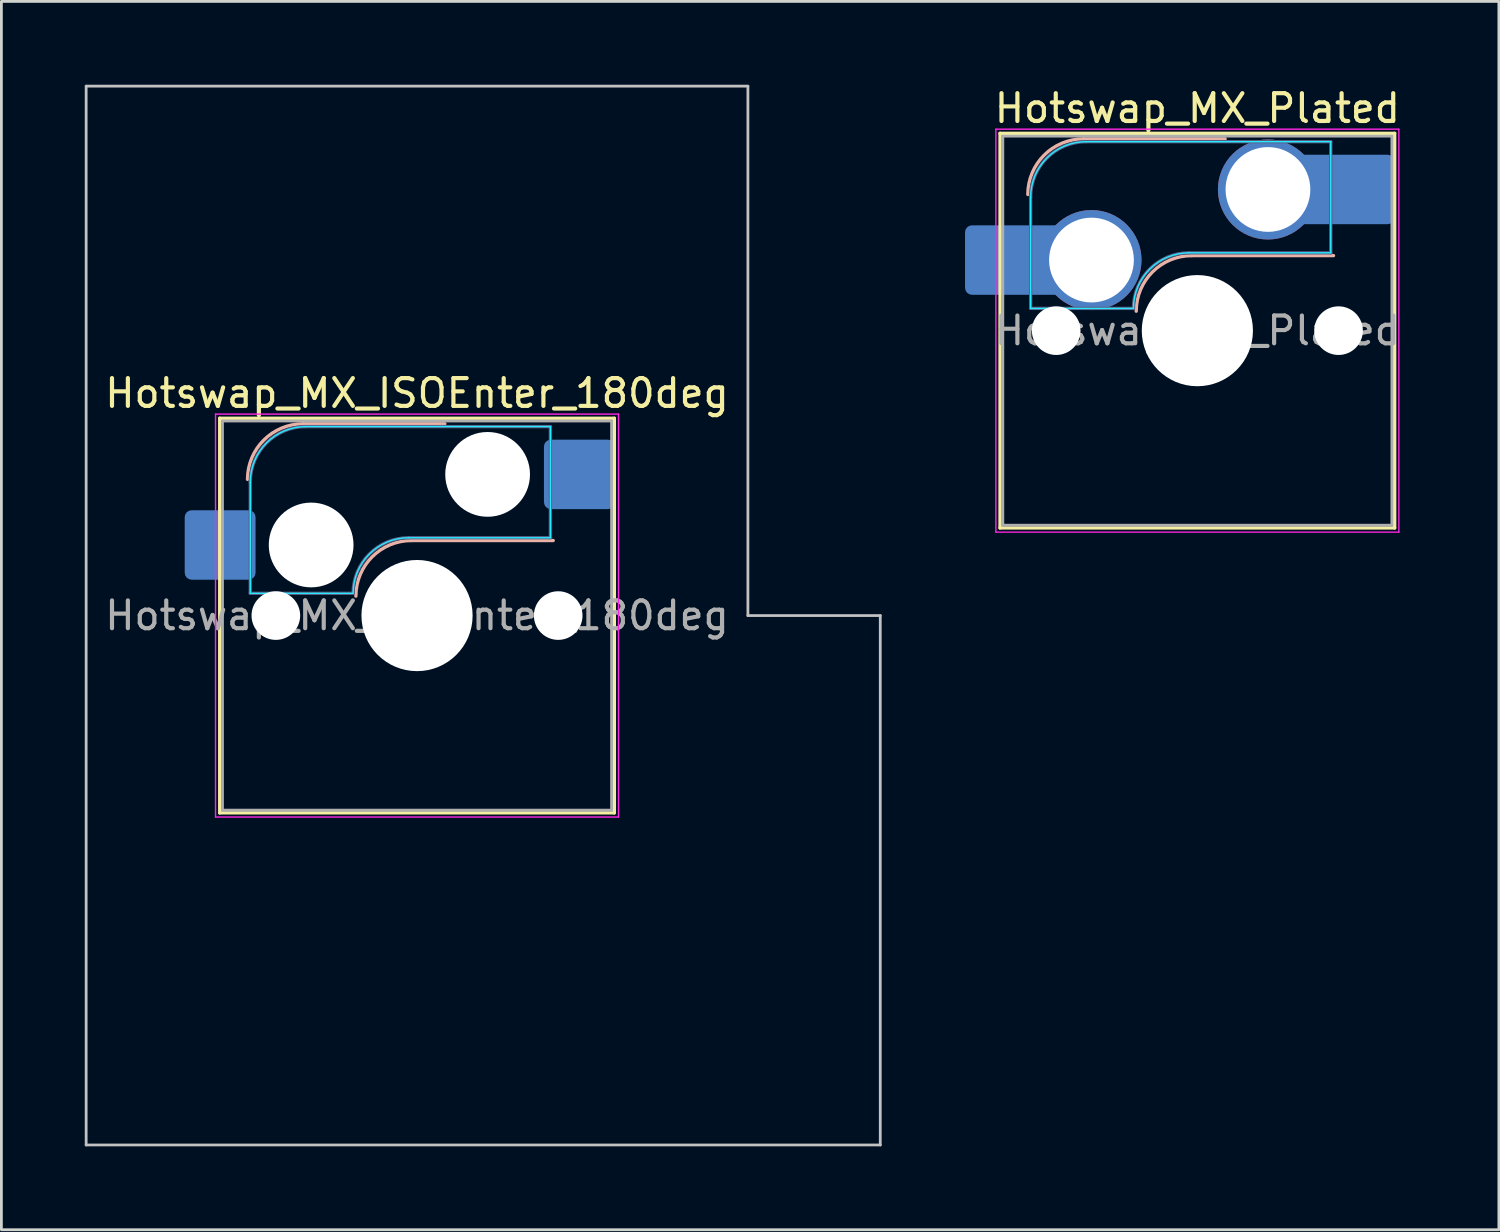
<source format=kicad_pcb>
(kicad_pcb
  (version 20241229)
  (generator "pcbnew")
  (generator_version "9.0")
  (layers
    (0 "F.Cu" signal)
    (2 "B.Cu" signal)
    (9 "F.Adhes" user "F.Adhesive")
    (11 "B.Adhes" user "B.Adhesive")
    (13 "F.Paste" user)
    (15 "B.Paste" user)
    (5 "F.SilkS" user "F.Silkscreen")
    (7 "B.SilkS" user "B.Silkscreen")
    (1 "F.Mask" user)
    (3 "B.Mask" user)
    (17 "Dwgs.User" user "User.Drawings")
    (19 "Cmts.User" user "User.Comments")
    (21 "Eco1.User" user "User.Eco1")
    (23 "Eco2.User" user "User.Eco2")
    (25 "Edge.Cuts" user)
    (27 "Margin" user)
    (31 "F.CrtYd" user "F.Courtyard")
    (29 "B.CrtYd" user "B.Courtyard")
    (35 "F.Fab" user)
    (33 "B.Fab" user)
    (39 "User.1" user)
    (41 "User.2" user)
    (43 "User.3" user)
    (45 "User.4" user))
  (footprint "Hotswap_MX_ISOEnter_180deg"
    (layer "F.Cu")
    (at 11.956 19.1)
    (property "Reference" "Hotswap_MX_ISOEnter_180deg" (at 0 -8 0) (layer "F.SilkS") (effects (font (size 1 1) (thickness 0.15))))
    (attr smd)
    (fp_line (start -7.1 -7.1) (end -7.1 7.1) (stroke (width 0.12) (type solid)) (layer "F.SilkS"))
    (fp_line (start -7.1 7.1) (end 7.1 7.1) (stroke (width 0.12) (type solid)) (layer "F.SilkS"))
    (fp_line (start 7.1 -7.1) (end -7.1 -7.1) (stroke (width 0.12) (type solid)) (layer "F.SilkS"))
    (fp_line (start 7.1 7.1) (end 7.1 -7.1) (stroke (width 0.12) (type solid)) (layer "F.SilkS"))
    (fp_line (start -4.1 -6.9) (end 1 -6.9) (stroke (width 0.12) (type solid)) (layer "B.SilkS"))
    (fp_line (start -0.2 -2.7) (end 4.9 -2.7) (stroke (width 0.12) (type solid)) (layer "B.SilkS"))
    (fp_arc (start -6.1 -4.9) (mid -5.514214 -6.314214) (end -4.1 -6.9) (stroke (width 0.12) (type solid)) (layer "B.SilkS"))
    (fp_arc (start -2.2 -0.7) (mid -1.614214 -2.114214) (end -0.2 -2.7) (stroke (width 0.12) (type solid)) (layer "B.SilkS"))
    (fp_line (start -11.906 -19.05) (end -11.906 19.05) (stroke (width 0.1) (type solid)) (layer "Dwgs.User"))
    (fp_line (start -11.906 19.05) (end 16.669 19.05) (stroke (width 0.1) (type solid)) (layer "Dwgs.User"))
    (fp_line (start 11.906 -19.05) (end -11.906 -19.05) (stroke (width 0.1) (type solid)) (layer "Dwgs.User"))
    (fp_line (start 11.906 0) (end 11.906 -19.05) (stroke (width 0.1) (type solid)) (layer "Dwgs.User"))
    (fp_line (start 16.669 0) (end 11.906 0) (stroke (width 0.1) (type solid)) (layer "Dwgs.User"))
    (fp_line (start 16.669 19.05) (end 16.669 0) (stroke (width 0.1) (type solid)) (layer "Dwgs.User"))
    (fp_line (start -7.8 -6) (end -7 -6) (stroke (width 0.1) (type solid)) (layer "Eco1.User"))
    (fp_line (start -7.8 -2.9) (end -7.8 -6) (stroke (width 0.1) (type solid)) (layer "Eco1.User"))
    (fp_line (start -7.8 2.9) (end -7 2.9) (stroke (width 0.1) (type solid)) (layer "Eco1.User"))
    (fp_line (start -7.8 6) (end -7.8 2.9) (stroke (width 0.1) (type solid)) (layer "Eco1.User"))
    (fp_line (start -7 -7) (end 7 -7) (stroke (width 0.1) (type solid)) (layer "Eco1.User"))
    (fp_line (start -7 -6) (end -7 -7) (stroke (width 0.1) (type solid)) (layer "Eco1.User"))
    (fp_line (start -7 -2.9) (end -7.8 -2.9) (stroke (width 0.1) (type solid)) (layer "Eco1.User"))
    (fp_line (start -7 2.9) (end -7 -2.9) (stroke (width 0.1) (type solid)) (layer "Eco1.User"))
    (fp_line (start -7 6) (end -7.8 6) (stroke (width 0.1) (type solid)) (layer "Eco1.User"))
    (fp_line (start -7 7) (end -7 6) (stroke (width 0.1) (type solid)) (layer "Eco1.User"))
    (fp_line (start 7 -7) (end 7 -6) (stroke (width 0.1) (type solid)) (layer "Eco1.User"))
    (fp_line (start 7 -6) (end 7.8 -6) (stroke (width 0.1) (type solid)) (layer "Eco1.User"))
    (fp_line (start 7 -2.9) (end 7 2.9) (stroke (width 0.1) (type solid)) (layer "Eco1.User"))
    (fp_line (start 7 2.9) (end 7.8 2.9) (stroke (width 0.1) (type solid)) (layer "Eco1.User"))
    (fp_line (start 7 6) (end 7 7) (stroke (width 0.1) (type solid)) (layer "Eco1.User"))
    (fp_line (start 7 7) (end -7 7) (stroke (width 0.1) (type solid)) (layer "Eco1.User"))
    (fp_line (start 7.8 -6) (end 7.8 -2.9) (stroke (width 0.1) (type solid)) (layer "Eco1.User"))
    (fp_line (start 7.8 -2.9) (end 7 -2.9) (stroke (width 0.1) (type solid)) (layer "Eco1.User"))
    (fp_line (start 7.8 2.9) (end 7.8 6) (stroke (width 0.1) (type solid)) (layer "Eco1.User"))
    (fp_line (start 7.8 6) (end 7 6) (stroke (width 0.1) (type solid)) (layer "Eco1.User"))
    (fp_line (start -6 -0.8) (end -6 -4.8) (stroke (width 0.05) (type solid)) (layer "B.CrtYd"))
    (fp_line (start -6 -0.8) (end -2.3 -0.8) (stroke (width 0.05) (type solid)) (layer "B.CrtYd"))
    (fp_line (start -4 -6.8) (end 4.8 -6.8) (stroke (width 0.05) (type solid)) (layer "B.CrtYd"))
    (fp_line (start -0.3 -2.8) (end 4.8 -2.8) (stroke (width 0.05) (type solid)) (layer "B.CrtYd"))
    (fp_line (start 4.8 -6.8) (end 4.8 -2.8) (stroke (width 0.05) (type solid)) (layer "B.CrtYd"))
    (fp_arc (start -6 -4.8) (mid -5.414214 -6.214214) (end -4 -6.8) (stroke (width 0.05) (type solid)) (layer "B.CrtYd"))
    (fp_arc (start -2.3 -0.8) (mid -1.714214 -2.214214) (end -0.3 -2.8) (stroke (width 0.05) (type solid)) (layer "B.CrtYd"))
    (fp_line (start -7.25 -7.25) (end -7.25 7.25) (stroke (width 0.05) (type solid)) (layer "F.CrtYd"))
    (fp_line (start -7.25 7.25) (end 7.25 7.25) (stroke (width 0.05) (type solid)) (layer "F.CrtYd"))
    (fp_line (start 7.25 -7.25) (end -7.25 -7.25) (stroke (width 0.05) (type solid)) (layer "F.CrtYd"))
    (fp_line (start 7.25 7.25) (end 7.25 -7.25) (stroke (width 0.05) (type solid)) (layer "F.CrtYd"))
    (fp_line (start -6 -0.8) (end -6 -4.8) (stroke (width 0.12) (type solid)) (layer "B.Fab"))
    (fp_line (start -6 -0.8) (end -2.3 -0.8) (stroke (width 0.12) (type solid)) (layer "B.Fab"))
    (fp_line (start -4 -6.8) (end 4.8 -6.8) (stroke (width 0.12) (type solid)) (layer "B.Fab"))
    (fp_line (start -0.3 -2.8) (end 4.8 -2.8) (stroke (width 0.12) (type solid)) (layer "B.Fab"))
    (fp_line (start 4.8 -6.8) (end 4.8 -2.8) (stroke (width 0.12) (type solid)) (layer "B.Fab"))
    (fp_arc (start -6 -4.8) (mid -5.414214 -6.214214) (end -4 -6.8) (stroke (width 0.12) (type solid)) (layer "B.Fab"))
    (fp_arc (start -2.3 -0.8) (mid -1.714214 -2.214214) (end -0.3 -2.8) (stroke (width 0.12) (type solid)) (layer "B.Fab"))
    (fp_line (start -7 -7) (end -7 7) (stroke (width 0.1) (type solid)) (layer "F.Fab"))
    (fp_line (start -7 7) (end 7 7) (stroke (width 0.1) (type solid)) (layer "F.Fab"))
    (fp_line (start 7 -7) (end -7 -7) (stroke (width 0.1) (type solid)) (layer "F.Fab"))
    (fp_line (start 7 7) (end 7 -7) (stroke (width 0.1) (type solid)) (layer "F.Fab"))
    (fp_text user "${REFERENCE}" (at 0 0 0) (layer "F.Fab") (effects (font (size 1 1) (thickness 0.15))))
    (pad "" np_thru_hole circle (at -5.08 0) (size 1.75 1.75) (drill 1.75) (layers "*.Cu" "*.Mask"))
    (pad "" np_thru_hole circle (at -3.81 -2.54) (size 3.05 3.05) (drill 3.05) (layers "*.Cu" "*.Mask"))
    (pad "" np_thru_hole circle (at 0 0) (size 4 4) (drill 4) (layers "*.Cu" "*.Mask"))
    (pad "" np_thru_hole circle (at 2.54 -5.08) (size 3.05 3.05) (drill 3.05) (layers "*.Cu" "*.Mask"))
    (pad "" np_thru_hole circle (at 5.08 0) (size 1.75 1.75) (drill 1.75) (layers "*.Cu" "*.Mask"))
    (pad "1" smd roundrect (at -7.085 -2.54) (size 2.55 2.5) (layers "B.Cu" "B.Mask" "B.Paste") (roundrect_rratio 0.1))
    (pad "2" smd roundrect (at 5.842 -5.08) (size 2.55 2.5) (layers "B.Cu" "B.Mask" "B.Paste") (roundrect_rratio 0.1)))
  (footprint "Hotswap_MX_Plated"
    (layer "F.Cu")
    (at 40.035 8.848)
    (property "Reference" "Hotswap_MX_Plated" (at 0 -8 0) (layer "F.SilkS") (effects (font (size 1 1) (thickness 0.15))))
    (attr smd allow_soldermask_bridges)
    (fp_line (start -7.1 -7.1) (end -7.1 7.1) (stroke (width 0.12) (type solid)) (layer "F.SilkS"))
    (fp_line (start -7.1 7.1) (end 7.1 7.1) (stroke (width 0.12) (type solid)) (layer "F.SilkS"))
    (fp_line (start 7.1 -7.1) (end -7.1 -7.1) (stroke (width 0.12) (type solid)) (layer "F.SilkS"))
    (fp_line (start 7.1 7.1) (end 7.1 -7.1) (stroke (width 0.12) (type solid)) (layer "F.SilkS"))
    (fp_line (start -4.1 -6.9) (end 1 -6.9) (stroke (width 0.12) (type solid)) (layer "B.SilkS"))
    (fp_line (start -0.2 -2.7) (end 4.9 -2.7) (stroke (width 0.12) (type solid)) (layer "B.SilkS"))
    (fp_arc (start -6.1 -4.9) (mid -5.514214 -6.314214) (end -4.1 -6.9) (stroke (width 0.12) (type solid)) (layer "B.SilkS"))
    (fp_arc (start -2.2 -0.7) (mid -1.614214 -2.114214) (end -0.2 -2.7) (stroke (width 0.12) (type solid)) (layer "B.SilkS"))
    (fp_line (start -7.8 -6) (end -7 -6) (stroke (width 0.1) (type solid)) (layer "Eco1.User"))
    (fp_line (start -7.8 -2.9) (end -7.8 -6) (stroke (width 0.1) (type solid)) (layer "Eco1.User"))
    (fp_line (start -7.8 2.9) (end -7 2.9) (stroke (width 0.1) (type solid)) (layer "Eco1.User"))
    (fp_line (start -7.8 6) (end -7.8 2.9) (stroke (width 0.1) (type solid)) (layer "Eco1.User"))
    (fp_line (start -7 -7) (end 7 -7) (stroke (width 0.1) (type solid)) (layer "Eco1.User"))
    (fp_line (start -7 -6) (end -7 -7) (stroke (width 0.1) (type solid)) (layer "Eco1.User"))
    (fp_line (start -7 -2.9) (end -7.8 -2.9) (stroke (width 0.1) (type solid)) (layer "Eco1.User"))
    (fp_line (start -7 2.9) (end -7 -2.9) (stroke (width 0.1) (type solid)) (layer "Eco1.User"))
    (fp_line (start -7 6) (end -7.8 6) (stroke (width 0.1) (type solid)) (layer "Eco1.User"))
    (fp_line (start -7 7) (end -7 6) (stroke (width 0.1) (type solid)) (layer "Eco1.User"))
    (fp_line (start 7 -7) (end 7 -6) (stroke (width 0.1) (type solid)) (layer "Eco1.User"))
    (fp_line (start 7 -6) (end 7.8 -6) (stroke (width 0.1) (type solid)) (layer "Eco1.User"))
    (fp_line (start 7 -2.9) (end 7 2.9) (stroke (width 0.1) (type solid)) (layer "Eco1.User"))
    (fp_line (start 7 2.9) (end 7.8 2.9) (stroke (width 0.1) (type solid)) (layer "Eco1.User"))
    (fp_line (start 7 6) (end 7 7) (stroke (width 0.1) (type solid)) (layer "Eco1.User"))
    (fp_line (start 7 7) (end -7 7) (stroke (width 0.1) (type solid)) (layer "Eco1.User"))
    (fp_line (start 7.8 -6) (end 7.8 -2.9) (stroke (width 0.1) (type solid)) (layer "Eco1.User"))
    (fp_line (start 7.8 -2.9) (end 7 -2.9) (stroke (width 0.1) (type solid)) (layer "Eco1.User"))
    (fp_line (start 7.8 2.9) (end 7.8 6) (stroke (width 0.1) (type solid)) (layer "Eco1.User"))
    (fp_line (start 7.8 6) (end 7 6) (stroke (width 0.1) (type solid)) (layer "Eco1.User"))
    (fp_line (start -6 -0.8) (end -6 -4.8) (stroke (width 0.05) (type solid)) (layer "B.CrtYd"))
    (fp_line (start -6 -0.8) (end -2.3 -0.8) (stroke (width 0.05) (type solid)) (layer "B.CrtYd"))
    (fp_line (start -4 -6.8) (end 4.8 -6.8) (stroke (width 0.05) (type solid)) (layer "B.CrtYd"))
    (fp_line (start -0.3 -2.8) (end 4.8 -2.8) (stroke (width 0.05) (type solid)) (layer "B.CrtYd"))
    (fp_line (start 4.8 -6.8) (end 4.8 -2.8) (stroke (width 0.05) (type solid)) (layer "B.CrtYd"))
    (fp_arc (start -6 -4.8) (mid -5.414214 -6.214214) (end -4 -6.8) (stroke (width 0.05) (type solid)) (layer "B.CrtYd"))
    (fp_arc (start -2.3 -0.8) (mid -1.714214 -2.214214) (end -0.3 -2.8) (stroke (width 0.05) (type solid)) (layer "B.CrtYd"))
    (fp_line (start -7.25 -7.25) (end -7.25 7.25) (stroke (width 0.05) (type solid)) (layer "F.CrtYd"))
    (fp_line (start -7.25 7.25) (end 7.25 7.25) (stroke (width 0.05) (type solid)) (layer "F.CrtYd"))
    (fp_line (start 7.25 -7.25) (end -7.25 -7.25) (stroke (width 0.05) (type solid)) (layer "F.CrtYd"))
    (fp_line (start 7.25 7.25) (end 7.25 -7.25) (stroke (width 0.05) (type solid)) (layer "F.CrtYd"))
    (fp_line (start -6 -0.8) (end -6 -4.8) (stroke (width 0.12) (type solid)) (layer "B.Fab"))
    (fp_line (start -6 -0.8) (end -2.3 -0.8) (stroke (width 0.12) (type solid)) (layer "B.Fab"))
    (fp_line (start -4 -6.8) (end 4.8 -6.8) (stroke (width 0.12) (type solid)) (layer "B.Fab"))
    (fp_line (start -0.3 -2.8) (end 4.8 -2.8) (stroke (width 0.12) (type solid)) (layer "B.Fab"))
    (fp_line (start 4.8 -6.8) (end 4.8 -2.8) (stroke (width 0.12) (type solid)) (layer "B.Fab"))
    (fp_arc (start -6 -4.8) (mid -5.414214 -6.214214) (end -4 -6.8) (stroke (width 0.12) (type solid)) (layer "B.Fab"))
    (fp_arc (start -2.3 -0.8) (mid -1.714214 -2.214214) (end -0.3 -2.8) (stroke (width 0.12) (type solid)) (layer "B.Fab"))
    (fp_line (start -7 -7) (end -7 7) (stroke (width 0.1) (type solid)) (layer "F.Fab"))
    (fp_line (start -7 7) (end 7 7) (stroke (width 0.1) (type solid)) (layer "F.Fab"))
    (fp_line (start 7 -7) (end -7 -7) (stroke (width 0.1) (type solid)) (layer "F.Fab"))
    (fp_line (start 7 7) (end 7 -7) (stroke (width 0.1) (type solid)) (layer "F.Fab"))
    (fp_text user "${REFERENCE}" (at 0 0 0) (layer "F.Fab") (effects (font (size 1 1) (thickness 0.15))))
    (pad "" smd roundrect (at -7.085 -2.54) (size 2.55 2.5) (layers "B.Mask" "B.Paste") (roundrect_rratio 0.1))
    (pad "" np_thru_hole circle (at -5.08 0) (size 1.75 1.75) (drill 1.75) (layers "*.Cu" "*.Mask"))
    (pad "" np_thru_hole circle (at 0 0) (size 4 4) (drill 4) (layers "*.Cu" "*.Mask"))
    (pad "" np_thru_hole circle (at 5.08 0) (size 1.75 1.75) (drill 1.75) (layers "*.Cu" "*.Mask"))
    (pad "" smd roundrect (at 5.842 -5.08) (size 2.55 2.5) (layers "B.Mask" "B.Paste") (roundrect_rratio 0.1))
    (pad "1" smd roundrect (at -6.585 -2.54) (size 3.55 2.5) (layers "B.Cu") (roundrect_rratio 0.1))
    (pad "1" thru_hole circle (at -3.81 -2.54) (size 3.6 3.6) (drill 3.05) (layers "*.Cu" "*.Mask"))
    (pad "2" thru_hole circle (at 2.54 -5.08) (size 3.6 3.6) (drill 3.05) (layers "*.Cu" "*.Mask"))
    (pad "2" smd roundrect (at 5.32 -5.08) (size 3.55 2.5) (layers "B.Cu") (roundrect_rratio 0.1)))
  (gr_rect
    (start -3 -3)
    (end 50.885 41.2)
    (stroke (width 0.1) (type default))
    (fill no)
    (layer "Edge.Cuts")))
</source>
